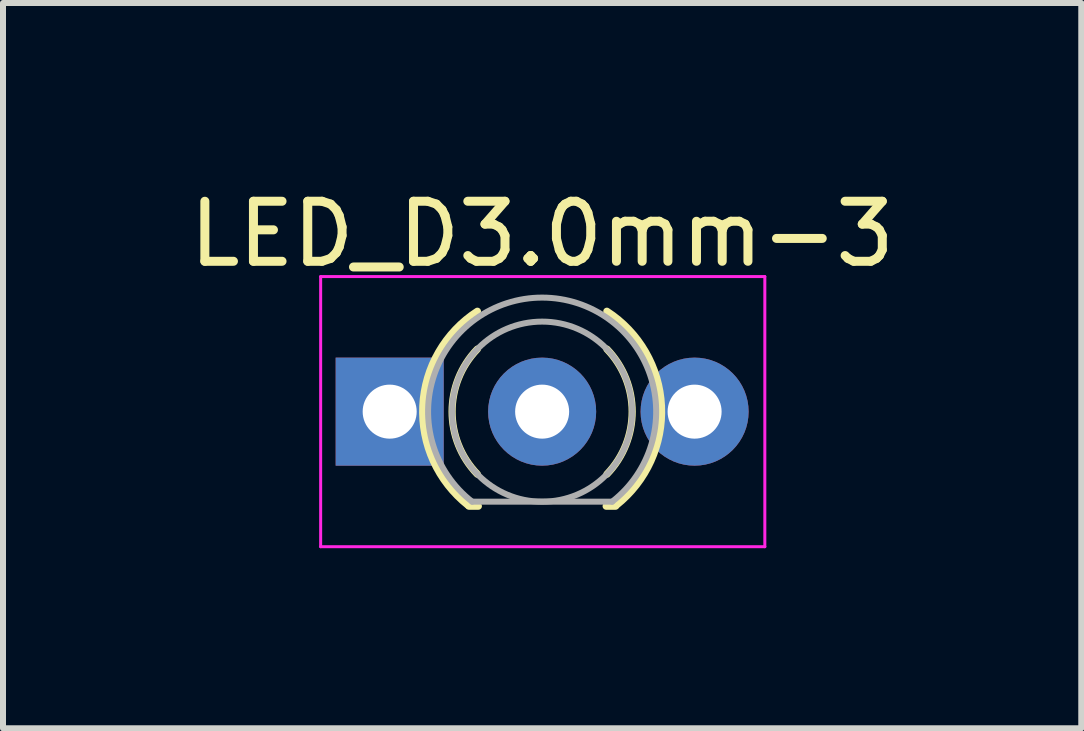
<source format=kicad_pcb>
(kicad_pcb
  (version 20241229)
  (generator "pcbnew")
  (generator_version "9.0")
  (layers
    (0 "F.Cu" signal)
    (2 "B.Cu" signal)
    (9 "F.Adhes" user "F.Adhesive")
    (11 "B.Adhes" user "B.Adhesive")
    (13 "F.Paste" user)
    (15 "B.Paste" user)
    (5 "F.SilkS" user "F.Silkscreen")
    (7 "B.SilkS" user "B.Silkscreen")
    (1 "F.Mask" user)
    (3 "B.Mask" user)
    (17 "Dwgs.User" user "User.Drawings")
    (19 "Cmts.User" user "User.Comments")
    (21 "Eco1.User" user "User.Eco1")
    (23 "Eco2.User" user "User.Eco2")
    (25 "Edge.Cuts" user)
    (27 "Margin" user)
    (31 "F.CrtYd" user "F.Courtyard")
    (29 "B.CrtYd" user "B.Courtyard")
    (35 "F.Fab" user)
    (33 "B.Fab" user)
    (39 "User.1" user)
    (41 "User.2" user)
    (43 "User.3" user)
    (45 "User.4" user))
  (footprint "LED_D3.0mm-3"
    (layer "F.Cu")
    (at 3.442 3.808)
    (property "Reference" "LED_D3.0mm-3" (at 2.54 -2.96 0) (layer "F.SilkS") (effects (font (size 1 1) (thickness 0.15))))
    (attr through_hole)
    (fp_line (start 1.477 1.575) (end 1.321 1.575) (stroke (width 0.12) (type solid)) (layer "F.SilkS"))
    (fp_line (start 3.763 1.575) (end 3.607 1.575) (stroke (width 0.12) (type solid)) (layer "F.SilkS"))
    (fp_arc (start 1.304484 1.56) (mid 0.552341 -0.096487) (end 1.461392 -1.672335) (stroke (width 0.12) (type solid)) (layer "F.SilkS"))
    (fp_arc (start 1.46 1.040961) (mid 1.04 -0.000117) (end 1.460163 -1.04113) (stroke (width 0.12) (type solid)) (layer "F.SilkS"))
    (fp_arc (start 3.618608 -1.672335) (mid 4.527659 -0.096487) (end 3.775516 1.56) (stroke (width 0.12) (type solid)) (layer "F.SilkS"))
    (fp_arc (start 3.619837 -1.04113) (mid 4.04 -0.000117) (end 3.62 1.040961) (stroke (width 0.12) (type solid)) (layer "F.SilkS"))
    (fp_line (start -1.15 -2.25) (end -1.15 2.25) (stroke (width 0.05) (type solid)) (layer "F.CrtYd"))
    (fp_line (start -1.15 2.25) (end 6.25 2.25) (stroke (width 0.05) (type solid)) (layer "F.CrtYd"))
    (fp_line (start 6.25 -2.25) (end -1.15 -2.25) (stroke (width 0.05) (type solid)) (layer "F.CrtYd"))
    (fp_line (start 6.25 2.25) (end 6.25 -2.25) (stroke (width 0.05) (type solid)) (layer "F.CrtYd"))
    (fp_line (start 1.374 1.5) (end 3.706 1.5) (stroke (width 0.1) (type solid)) (layer "F.Fab"))
    (fp_arc (start 1.37381 1.5) (mid 2.540452 -1.9) (end 3.705476 1.500555) (stroke (width 0.1) (type solid)) (layer "F.Fab"))
    (fp_circle (center 2.54 0) (end 4.04 0) (stroke (width 0.1) (type solid)) (fill no) (layer "F.Fab"))
    (pad "1" thru_hole rect (at 0 0) (size 1.8 1.8) (drill 0.9) (layers "*.Cu" "*.Mask"))
    (pad "2" thru_hole circle (at 2.54 0) (size 1.8 1.8) (drill 0.9) (layers "*.Cu" "*.Mask"))
    (pad "3" thru_hole circle (at 5.08 0) (size 1.8 1.8) (drill 0.9) (layers "*.Cu" "*.Mask")))
  (gr_rect
    (start -3 -3)
    (end 14.964 9.083)
    (stroke (width 0.1) (type default))
    (fill no)
    (layer "Edge.Cuts")))
</source>
